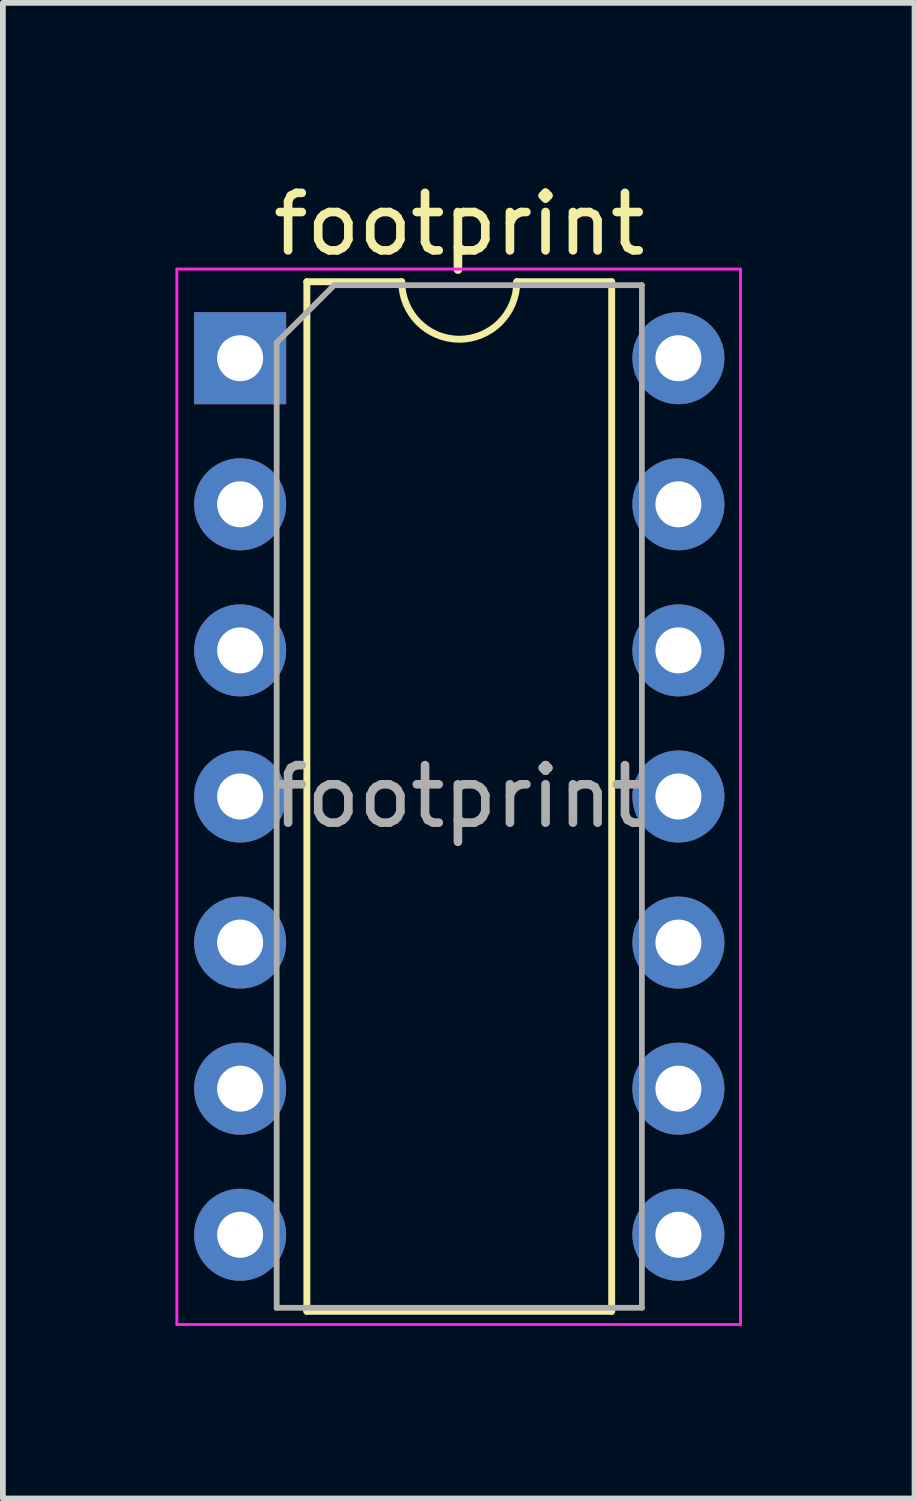
<source format=kicad_pcb>
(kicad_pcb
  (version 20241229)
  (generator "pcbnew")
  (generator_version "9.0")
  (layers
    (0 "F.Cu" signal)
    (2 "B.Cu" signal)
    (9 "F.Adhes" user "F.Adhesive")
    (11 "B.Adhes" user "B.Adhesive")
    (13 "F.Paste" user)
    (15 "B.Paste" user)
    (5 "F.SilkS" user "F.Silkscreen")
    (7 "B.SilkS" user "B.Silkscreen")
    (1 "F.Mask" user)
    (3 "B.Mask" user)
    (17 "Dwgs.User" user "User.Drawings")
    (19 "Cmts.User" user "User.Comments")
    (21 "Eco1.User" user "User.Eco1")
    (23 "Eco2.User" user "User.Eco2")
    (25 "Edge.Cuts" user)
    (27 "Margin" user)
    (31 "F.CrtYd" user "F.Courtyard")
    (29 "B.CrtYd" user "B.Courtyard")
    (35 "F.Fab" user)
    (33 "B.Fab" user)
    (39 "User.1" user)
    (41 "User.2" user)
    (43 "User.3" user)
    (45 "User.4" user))
  (footprint "footprint"
    (layer "F.Cu")
    (at 1.125 3.178)
    (property "Reference" "footprint" (at 3.81 -2.33 0) (layer "F.SilkS") (effects (font (size 1 1) (thickness 0.15))))
    (attr through_hole)
    (fp_line (start 1.16 -1.33) (end 1.16 16.57) (stroke (width 0.12) (type solid)) (layer "F.SilkS"))
    (fp_line (start 1.16 16.57) (end 6.46 16.57) (stroke (width 0.12) (type solid)) (layer "F.SilkS"))
    (fp_line (start 2.81 -1.33) (end 1.16 -1.33) (stroke (width 0.12) (type solid)) (layer "F.SilkS"))
    (fp_line (start 6.46 -1.33) (end 4.81 -1.33) (stroke (width 0.12) (type solid)) (layer "F.SilkS"))
    (fp_line (start 6.46 16.57) (end 6.46 -1.33) (stroke (width 0.12) (type solid)) (layer "F.SilkS"))
    (fp_arc (start 4.81 -1.33) (mid 3.81 -0.33) (end 2.81 -1.33) (stroke (width 0.12) (type solid)) (layer "F.SilkS"))
    (fp_line (start -1.1 -1.55) (end -1.1 16.8) (stroke (width 0.05) (type solid)) (layer "F.CrtYd"))
    (fp_line (start -1.1 16.8) (end 8.7 16.8) (stroke (width 0.05) (type solid)) (layer "F.CrtYd"))
    (fp_line (start 8.7 -1.55) (end -1.1 -1.55) (stroke (width 0.05) (type solid)) (layer "F.CrtYd"))
    (fp_line (start 8.7 16.8) (end 8.7 -1.55) (stroke (width 0.05) (type solid)) (layer "F.CrtYd"))
    (fp_line (start 0.635 -0.27) (end 1.635 -1.27) (stroke (width 0.1) (type solid)) (layer "F.Fab"))
    (fp_line (start 0.635 16.51) (end 0.635 -0.27) (stroke (width 0.1) (type solid)) (layer "F.Fab"))
    (fp_line (start 1.635 -1.27) (end 6.985 -1.27) (stroke (width 0.1) (type solid)) (layer "F.Fab"))
    (fp_line (start 6.985 -1.27) (end 6.985 16.51) (stroke (width 0.1) (type solid)) (layer "F.Fab"))
    (fp_line (start 6.985 16.51) (end 0.635 16.51) (stroke (width 0.1) (type solid)) (layer "F.Fab"))
    (fp_text user "${REFERENCE}" (at 3.81 7.62 0) (layer "F.Fab") (effects (font (size 1 1) (thickness 0.15))))
    (pad "1" thru_hole rect (at 0 0) (size 1.6 1.6) (drill 0.8) (layers "*.Cu" "*.Mask"))
    (pad "2" thru_hole oval (at 0 2.54) (size 1.6 1.6) (drill 0.8) (layers "*.Cu" "*.Mask"))
    (pad "3" thru_hole oval (at 0 5.08) (size 1.6 1.6) (drill 0.8) (layers "*.Cu" "*.Mask"))
    (pad "4" thru_hole oval (at 0 7.62) (size 1.6 1.6) (drill 0.8) (layers "*.Cu" "*.Mask"))
    (pad "5" thru_hole oval (at 0 10.16) (size 1.6 1.6) (drill 0.8) (layers "*.Cu" "*.Mask"))
    (pad "6" thru_hole oval (at 0 12.7) (size 1.6 1.6) (drill 0.8) (layers "*.Cu" "*.Mask"))
    (pad "7" thru_hole oval (at 0 15.24) (size 1.6 1.6) (drill 0.8) (layers "*.Cu" "*.Mask"))
    (pad "8" thru_hole oval (at 7.62 15.24) (size 1.6 1.6) (drill 0.8) (layers "*.Cu" "*.Mask"))
    (pad "9" thru_hole oval (at 7.62 12.7) (size 1.6 1.6) (drill 0.8) (layers "*.Cu" "*.Mask"))
    (pad "10" thru_hole oval (at 7.62 10.16) (size 1.6 1.6) (drill 0.8) (layers "*.Cu" "*.Mask"))
    (pad "11" thru_hole oval (at 7.62 7.62) (size 1.6 1.6) (drill 0.8) (layers "*.Cu" "*.Mask"))
    (pad "12" thru_hole oval (at 7.62 5.08) (size 1.6 1.6) (drill 0.8) (layers "*.Cu" "*.Mask"))
    (pad "13" thru_hole oval (at 7.62 2.54) (size 1.6 1.6) (drill 0.8) (layers "*.Cu" "*.Mask"))
    (pad "14" thru_hole oval (at 7.62 0) (size 1.6 1.6) (drill 0.8) (layers "*.Cu" "*.Mask")))
  (gr_rect
    (start -3 -3)
    (end 12.85 23.003)
    (stroke (width 0.1) (type default))
    (fill no)
    (layer "Edge.Cuts")))
</source>
